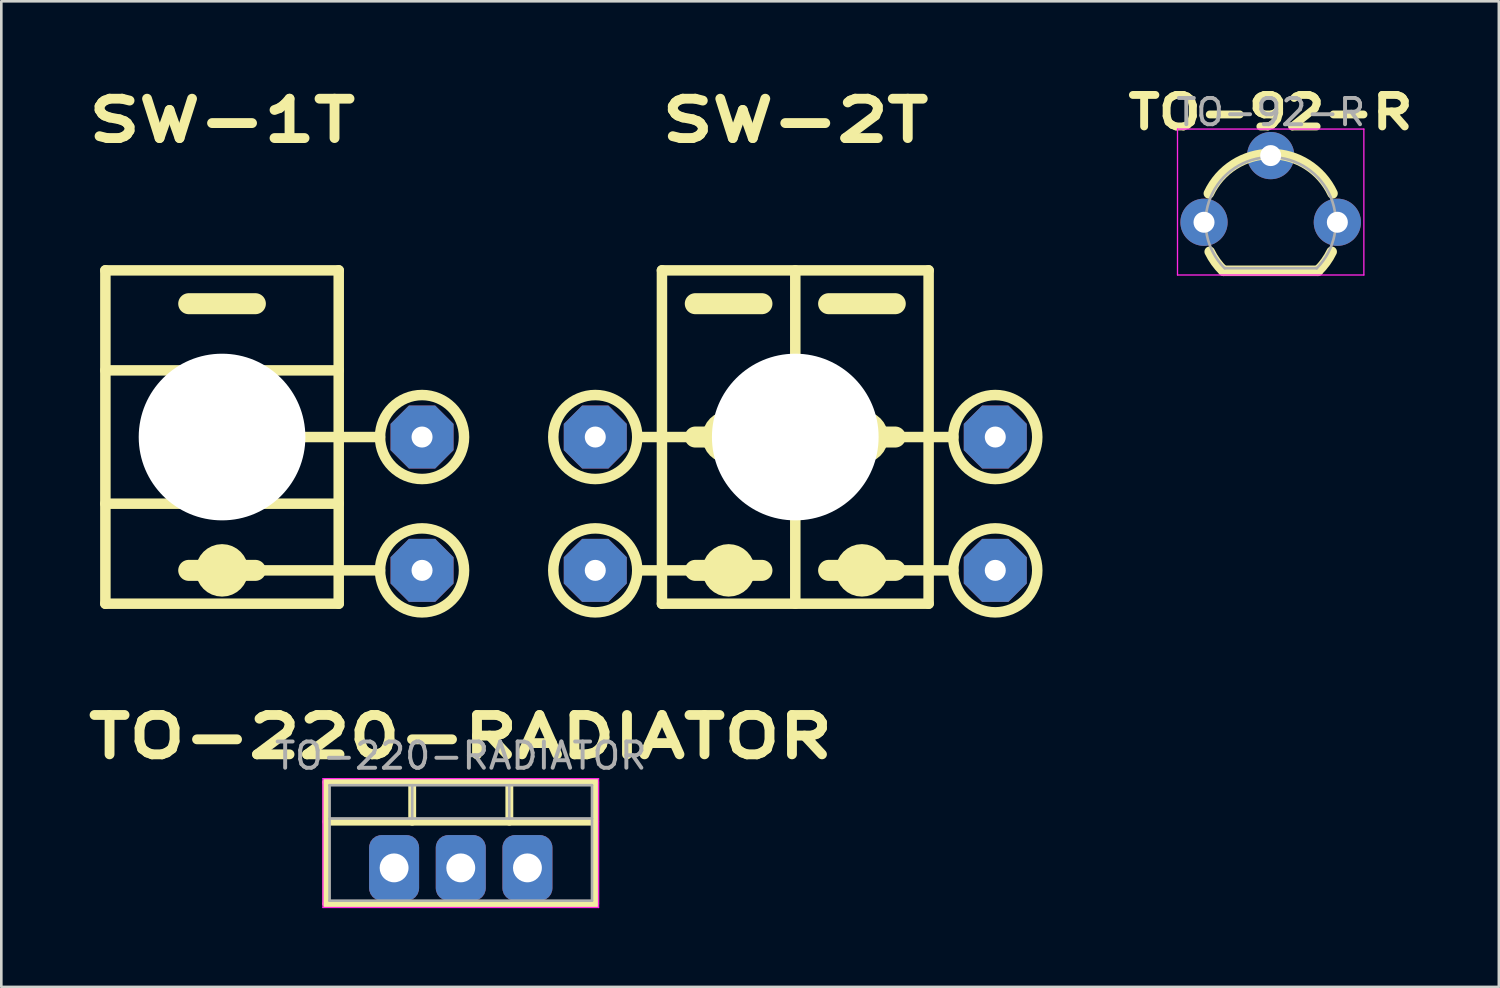
<source format=kicad_pcb>
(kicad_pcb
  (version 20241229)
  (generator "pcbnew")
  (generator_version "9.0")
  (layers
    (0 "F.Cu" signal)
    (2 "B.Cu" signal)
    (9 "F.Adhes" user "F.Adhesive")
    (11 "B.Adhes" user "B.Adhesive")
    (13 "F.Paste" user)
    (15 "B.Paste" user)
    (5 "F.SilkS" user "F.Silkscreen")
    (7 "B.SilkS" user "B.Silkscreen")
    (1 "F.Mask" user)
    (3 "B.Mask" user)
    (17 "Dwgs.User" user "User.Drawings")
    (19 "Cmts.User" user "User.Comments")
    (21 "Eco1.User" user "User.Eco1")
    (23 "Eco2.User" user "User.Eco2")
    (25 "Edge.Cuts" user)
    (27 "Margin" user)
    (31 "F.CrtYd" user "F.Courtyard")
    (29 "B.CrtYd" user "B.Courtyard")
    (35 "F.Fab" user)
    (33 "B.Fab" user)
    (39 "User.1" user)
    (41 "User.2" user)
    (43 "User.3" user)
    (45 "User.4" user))
  (footprint "TO-92-R"
    (layer "F.Cu")
    (at 42.823 5.418)
    (property "Reference" "TO-92-R" (at 2.54 -4.19 180) (layer "F.SilkS") (effects (font (size 1.2 1.5) (thickness 0.3))))
    (attr through_hole)
    (fp_line (start 0.74 1.85) (end 4.34 1.85) (stroke (width 0.4) (type solid)) (layer "F.SilkS"))
    (fp_arc (start 0.1836 -1.098807) (mid 1.143021 -2.192817) (end 2.54 -2.6) (stroke (width 0.4) (type solid)) (layer "F.SilkS"))
    (fp_arc (start 0.74 1.85) (mid 0.446097 1.509328) (end 0.215816 1.122795) (stroke (width 0.4) (type solid)) (layer "F.SilkS"))
    (fp_arc (start 2.54 -2.6) (mid 3.936979 -2.192818) (end 4.8964 -1.098807) (stroke (width 0.4) (type solid)) (layer "F.SilkS"))
    (fp_arc (start 4.864184 1.122795) (mid 4.633903 1.509328) (end 4.34 1.85) (stroke (width 0.4) (type solid)) (layer "F.SilkS"))
    (fp_line (start -1.01 -3.55) (end -1.01 2.01) (stroke (width 0.05) (type solid)) (layer "F.CrtYd"))
    (fp_line (start -1.01 -3.55) (end 6.09 -3.55) (stroke (width 0.05) (type solid)) (layer "F.CrtYd"))
    (fp_line (start 6.09 2.01) (end -1.01 2.01) (stroke (width 0.05) (type solid)) (layer "F.CrtYd"))
    (fp_line (start 6.09 2.01) (end 6.09 -3.55) (stroke (width 0.05) (type solid)) (layer "F.CrtYd"))
    (fp_line (start 0.8 1.75) (end 4.3 1.75) (stroke (width 0.1) (type solid)) (layer "F.Fab"))
    (fp_arc (start 0.786375 1.753625) (mid 0.248779 -0.949055) (end 2.54 -2.48) (stroke (width 0.1) (type solid)) (layer "F.Fab"))
    (fp_arc (start 2.54 -2.48) (mid 4.831221 -0.949055) (end 4.293625 1.753625) (stroke (width 0.1) (type solid)) (layer "F.Fab"))
    (fp_text user "${REFERENCE}" (at 2.54 -4.19 180) (layer "F.Fab") (effects (font (size 1 1) (thickness 0.15))))
    (pad "1" thru_hole circle (at 5.08 0 90) (size 1.8 1.8) (drill 0.8) (layers "*.Cu" "*.Mask"))
    (pad "2" thru_hole circle (at 2.54 -2.54 90) (size 1.8 1.8) (drill 0.8) (layers "*.Cu" "*.Mask"))
    (pad "3" thru_hole circle (at 0 0 90) (size 1.8 1.8) (drill 0.8) (layers "*.Cu" "*.Mask")))
  (footprint "TO-220-RADIATOR"
    (layer "F.Cu")
    (at 11.965 30.016)
    (property "Reference" "TO-220-RADIATOR" (at 2.54 -5 0) (layer "F.SilkS") (effects (font (size 1.5 2) (thickness 0.375))))
    (attr through_hole)
    (fp_line (start -2.58 -3.27) (end -2.58 1.371) (stroke (width 0.3) (type solid)) (layer "F.SilkS"))
    (fp_line (start -2.58 -3.27) (end 7.66 -3.27) (stroke (width 0.3) (type solid)) (layer "F.SilkS"))
    (fp_line (start -2.58 -1.76) (end 7.66 -1.76) (stroke (width 0.3) (type solid)) (layer "F.SilkS"))
    (fp_line (start -2.58 1.371) (end 7.66 1.371) (stroke (width 0.3) (type solid)) (layer "F.SilkS"))
    (fp_line (start 0.69 -3.27) (end 0.69 -1.76) (stroke (width 0.3) (type solid)) (layer "F.SilkS"))
    (fp_line (start 4.391 -3.27) (end 4.391 -1.76) (stroke (width 0.3) (type solid)) (layer "F.SilkS"))
    (fp_line (start 7.66 -3.27) (end 7.66 1.371) (stroke (width 0.3) (type solid)) (layer "F.SilkS"))
    (fp_line (start -2.71 -3.4) (end -2.71 1.51) (stroke (width 0.05) (type solid)) (layer "F.CrtYd"))
    (fp_line (start -2.71 1.51) (end 7.79 1.51) (stroke (width 0.05) (type solid)) (layer "F.CrtYd"))
    (fp_line (start 7.79 -3.4) (end -2.71 -3.4) (stroke (width 0.05) (type solid)) (layer "F.CrtYd"))
    (fp_line (start 7.79 1.51) (end 7.79 -3.4) (stroke (width 0.05) (type solid)) (layer "F.CrtYd"))
    (fp_line (start -2.46 -3.15) (end -2.46 1.25) (stroke (width 0.1) (type solid)) (layer "F.Fab"))
    (fp_line (start -2.46 -1.88) (end 7.54 -1.88) (stroke (width 0.1) (type solid)) (layer "F.Fab"))
    (fp_line (start -2.46 1.25) (end 7.54 1.25) (stroke (width 0.1) (type solid)) (layer "F.Fab"))
    (fp_line (start 0.69 -3.15) (end 0.69 -1.88) (stroke (width 0.1) (type solid)) (layer "F.Fab"))
    (fp_line (start 4.39 -3.15) (end 4.39 -1.88) (stroke (width 0.1) (type solid)) (layer "F.Fab"))
    (fp_line (start 7.54 -3.15) (end -2.46 -3.15) (stroke (width 0.1) (type solid)) (layer "F.Fab"))
    (fp_line (start 7.54 1.25) (end 7.54 -3.15) (stroke (width 0.1) (type solid)) (layer "F.Fab"))
    (fp_text user "${REFERENCE}" (at 2.54 -4.27 0) (layer "F.Fab") (effects (font (size 1 1) (thickness 0.15))))
    (pad "1" thru_hole roundrect (at 0 0) (size 1.905 2.5) (drill 1.1) (layers "*.Cu" "*.Mask") (roundrect_rratio 0.25))
    (pad "2" thru_hole roundrect (at 2.54 0) (size 1.905 2.5) (drill 1.1) (layers "*.Cu" "*.Mask") (roundrect_rratio 0.25))
    (pad "3" thru_hole roundrect (at 5.08 0) (size 1.905 2.5) (drill 1.1) (layers "*.Cu" "*.Mask") (roundrect_rratio 0.25)))
  (footprint "SW-1T"
    (layer "F.Cu")
    (at 5.41 13.601)
    (property "Reference" "SW-1T" (at 0 -12.065 0) (layer "F.SilkS") (effects (font (size 1.5 2) (thickness 0.375))))
    (attr through_hole)
    (fp_line (start -4.445 -6.35) (end 4.445 -6.35) (stroke (width 0.4) (type solid)) (layer "F.SilkS"))
    (fp_line (start -4.445 6.35) (end -4.445 -6.35) (stroke (width 0.4) (type solid)) (layer "F.SilkS"))
    (fp_line (start 0 5.08) (end 6.02 5.08) (stroke (width 0.4) (type solid)) (layer "F.SilkS"))
    (fp_line (start 1.27 -5.08) (end -1.27 -5.08) (stroke (width 0.8) (type solid)) (layer "F.SilkS"))
    (fp_line (start 1.27 5.08) (end -1.27 5.08) (stroke (width 0.8) (type solid)) (layer "F.SilkS"))
    (fp_line (start 2.54 0) (end 6.02 0) (stroke (width 0.4) (type solid)) (layer "F.SilkS"))
    (fp_line (start 4.445 -2.54) (end -4.445 -2.54) (stroke (width 0.4) (type solid)) (layer "F.SilkS"))
    (fp_line (start 4.445 2.54) (end -4.445 2.54) (stroke (width 0.4) (type solid)) (layer "F.SilkS"))
    (fp_line (start 4.445 6.35) (end -4.445 6.35) (stroke (width 0.4) (type solid)) (layer "F.SilkS"))
    (fp_line (start 4.445 6.35) (end 4.445 -6.35) (stroke (width 0.4) (type solid)) (layer "F.SilkS"))
    (fp_circle (center 0 5.08) (end -0.5 5.08) (stroke (width 1) (type solid)) (fill no) (layer "F.SilkS"))
    (fp_circle (center 7.62 0) (end 6.02 0) (stroke (width 0.4) (type solid)) (fill no) (layer "F.SilkS"))
    (fp_circle (center 7.62 5.08) (end 6.02 5.08) (stroke (width 0.4) (type solid)) (fill no) (layer "F.SilkS"))
    (pad "" np_thru_hole circle (at 0 0) (size 6.35 6.35) (drill 6.35) (layers "*.Cu" "*.Mask"))
    (pad "1" thru_hole custom (at 7.62 5.08) (size 1.524 1.524) (drill 0.8) (layers "*.Cu" "*.Mask") (options (anchor rect)) (primitives (gr_poly (pts (xy -1.2 0.5) (xy -1.2 -0.5) (xy -0.5 -1.2) (xy 0.5 -1.2) (xy 1.2 -0.5) (xy 1.2 0.5) (xy 0.5 1.2) (xy -0.5 1.2)) (width 0) (fill yes))))
    (pad "2" thru_hole custom (at 7.62 0) (size 1.524 1.524) (drill 0.8) (layers "*.Cu" "*.Mask") (options (anchor rect)) (primitives (gr_poly (pts (xy -1.2 0.5) (xy -1.2 -0.5) (xy -0.5 -1.2) (xy 0.5 -1.2) (xy 1.2 -0.5) (xy 1.2 0.5) (xy 0.5 1.2) (xy -0.5 1.2)) (width 0) (fill yes)))))
  (footprint "SW-2T"
    (layer "F.Cu")
    (at 27.25 13.601)
    (property "Reference" "SW-2T" (at 0 -12.065 0) (layer "F.SilkS") (effects (font (size 1.5 2) (thickness 0.375))))
    (attr through_hole)
    (fp_line (start -5.08 -6.35) (end 5.08 -6.35) (stroke (width 0.4) (type solid)) (layer "F.SilkS"))
    (fp_line (start -5.08 6.35) (end -5.08 -6.35) (stroke (width 0.4) (type solid)) (layer "F.SilkS"))
    (fp_line (start -3.81 0) (end -1.27 0) (stroke (width 0.8) (type solid)) (layer "F.SilkS"))
    (fp_line (start -3.81 5.08) (end -1.27 5.08) (stroke (width 0.8) (type solid)) (layer "F.SilkS"))
    (fp_line (start -3.04 0) (end -6.02 0) (stroke (width 0.4) (type solid)) (layer "F.SilkS"))
    (fp_line (start -3.04 5.08) (end -6.02 5.08) (stroke (width 0.4) (type solid)) (layer "F.SilkS"))
    (fp_line (start -1.27 -5.08) (end -3.81 -5.08) (stroke (width 0.8) (type solid)) (layer "F.SilkS"))
    (fp_line (start 0 -6.35) (end 0 6.35) (stroke (width 0.4) (type solid)) (layer "F.SilkS"))
    (fp_line (start 3.04 0) (end 6.02 0) (stroke (width 0.4) (type solid)) (layer "F.SilkS"))
    (fp_line (start 3.04 5.08) (end 6.02 5.08) (stroke (width 0.4) (type solid)) (layer "F.SilkS"))
    (fp_line (start 3.81 -5.08) (end 1.27 -5.08) (stroke (width 0.8) (type solid)) (layer "F.SilkS"))
    (fp_line (start 3.81 0) (end 1.27 0) (stroke (width 0.8) (type solid)) (layer "F.SilkS"))
    (fp_line (start 3.81 5.08) (end 1.27 5.08) (stroke (width 0.8) (type solid)) (layer "F.SilkS"))
    (fp_line (start 5.08 6.35) (end -5.08 6.35) (stroke (width 0.4) (type solid)) (layer "F.SilkS"))
    (fp_line (start 5.08 6.35) (end 5.08 -6.35) (stroke (width 0.4) (type solid)) (layer "F.SilkS"))
    (fp_circle (center -7.62 0) (end -6.02 0) (stroke (width 0.4) (type solid)) (fill no) (layer "F.SilkS"))
    (fp_circle (center -7.62 5.08) (end -6.02 5.08) (stroke (width 0.4) (type solid)) (fill no) (layer "F.SilkS"))
    (fp_circle (center -2.54 0) (end -2.04 0) (stroke (width 1) (type solid)) (fill no) (layer "F.SilkS"))
    (fp_circle (center -2.54 5.08) (end -2.04 5.08) (stroke (width 1) (type solid)) (fill no) (layer "F.SilkS"))
    (fp_circle (center 2.54 0) (end 2.04 0) (stroke (width 1) (type solid)) (fill no) (layer "F.SilkS"))
    (fp_circle (center 2.54 5.08) (end 2.04 5.08) (stroke (width 1) (type solid)) (fill no) (layer "F.SilkS"))
    (fp_circle (center 7.62 0) (end 6.02 0) (stroke (width 0.4) (type solid)) (fill no) (layer "F.SilkS"))
    (fp_circle (center 7.62 5.08) (end 6.02 5.08) (stroke (width 0.4) (type solid)) (fill no) (layer "F.SilkS"))
    (pad "" np_thru_hole circle (at 0 0) (size 6.35 6.35) (drill 6.35) (layers "*.Cu" "*.Mask"))
    (pad "1" thru_hole custom (at -7.62 5.08) (size 1.524 1.524) (drill 0.8) (layers "*.Cu" "*.Mask") (options (anchor rect)) (primitives (gr_poly (pts (xy -1.2 0.5) (xy -1.2 -0.5) (xy -0.5 -1.2) (xy 0.5 -1.2) (xy 1.2 -0.5) (xy 1.2 0.5) (xy 0.5 1.2) (xy -0.5 1.2)) (width 0) (fill yes))))
    (pad "2" thru_hole custom (at -7.62 0 180) (size 1.524 1.524) (drill 0.8) (layers "*.Cu" "*.Mask") (options (anchor rect)) (primitives (gr_poly (pts (xy -1.2 0.5) (xy -1.2 -0.5) (xy -0.5 -1.2) (xy 0.5 -1.2) (xy 1.2 -0.5) (xy 1.2 0.5) (xy 0.5 1.2) (xy -0.5 1.2)) (width 0) (fill yes))))
    (pad "3" thru_hole custom (at 7.62 0) (size 1.524 1.524) (drill 0.8) (layers "*.Cu" "*.Mask") (options (anchor rect)) (primitives (gr_poly (pts (xy -1.2 0.5) (xy -1.2 -0.5) (xy -0.5 -1.2) (xy 0.5 -1.2) (xy 1.2 -0.5) (xy 1.2 0.5) (xy 0.5 1.2) (xy -0.5 1.2)) (width 0) (fill yes))))
    (pad "4" thru_hole custom (at 7.62 5.08) (size 1.524 1.524) (drill 0.8) (layers "*.Cu" "*.Mask") (options (anchor rect)) (primitives (gr_poly (pts (xy -1.2 0.5) (xy -1.2 -0.5) (xy -0.5 -1.2) (xy 0.5 -1.2) (xy 1.2 -0.5) (xy 1.2 0.5) (xy 0.5 1.2) (xy -0.5 1.2)) (width 0) (fill yes)))))
  (gr_rect
    (start -3 -3)
    (end 54.056 34.551)
    (stroke (width 0.1) (type default))
    (fill no)
    (layer "Edge.Cuts")))
</source>
